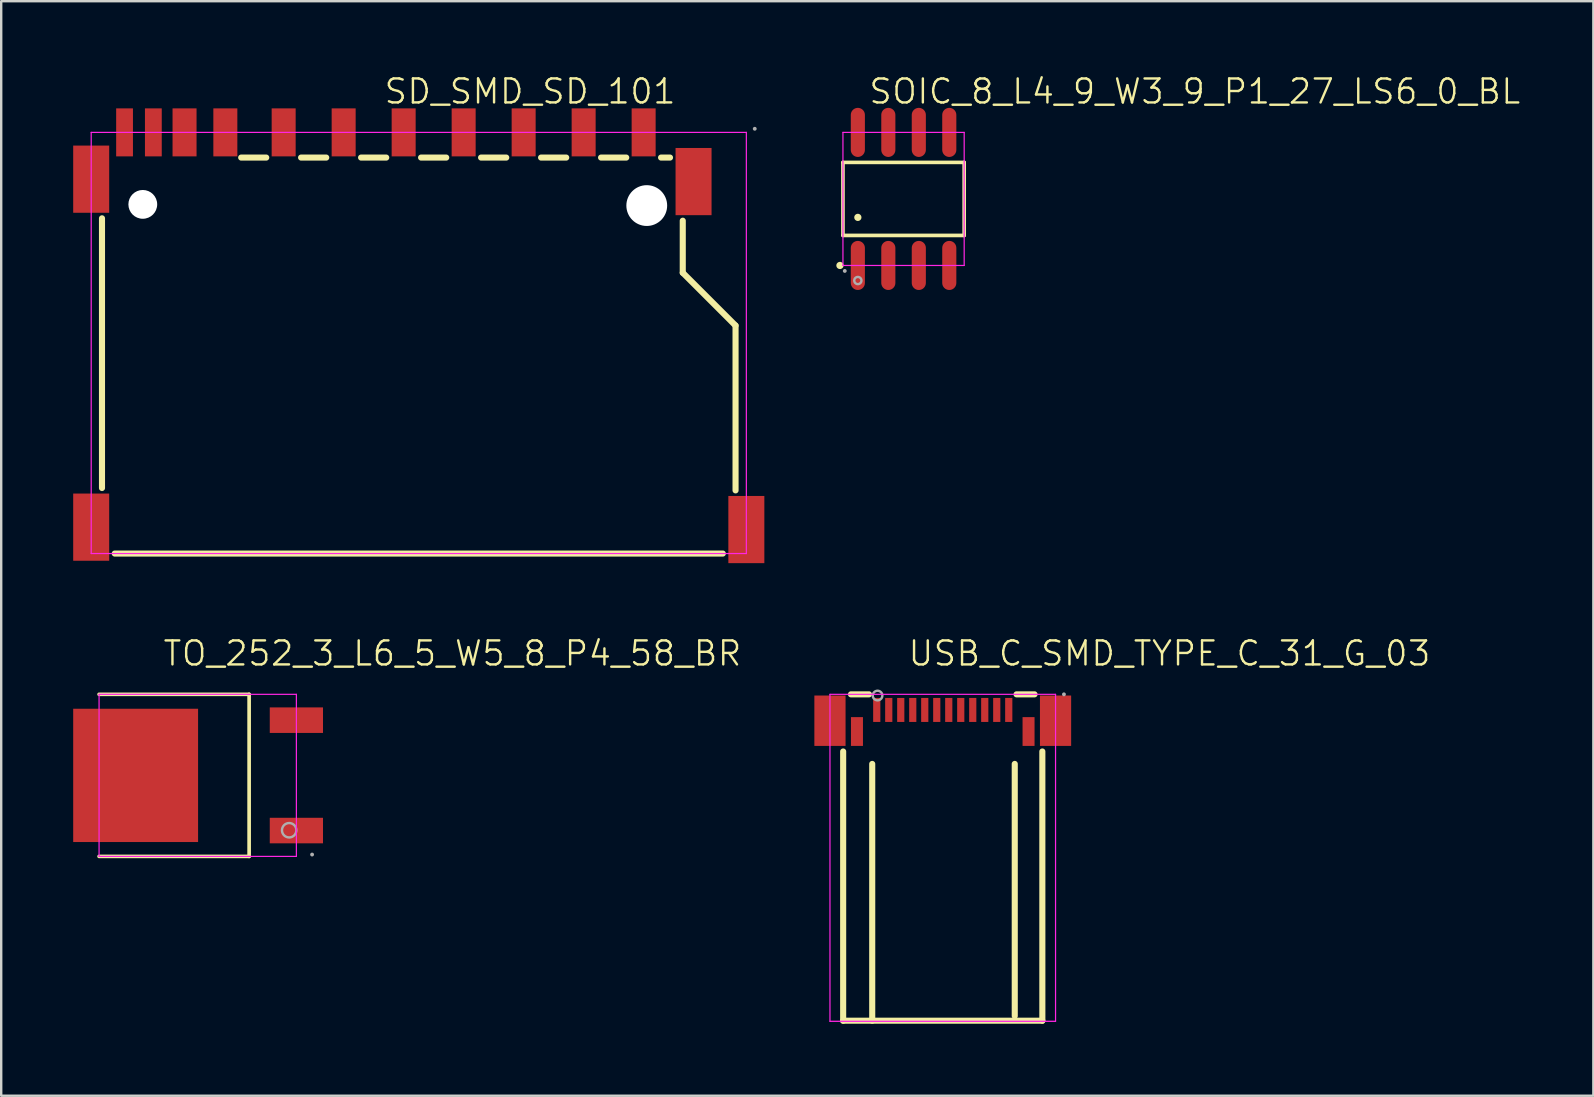
<source format=kicad_pcb>
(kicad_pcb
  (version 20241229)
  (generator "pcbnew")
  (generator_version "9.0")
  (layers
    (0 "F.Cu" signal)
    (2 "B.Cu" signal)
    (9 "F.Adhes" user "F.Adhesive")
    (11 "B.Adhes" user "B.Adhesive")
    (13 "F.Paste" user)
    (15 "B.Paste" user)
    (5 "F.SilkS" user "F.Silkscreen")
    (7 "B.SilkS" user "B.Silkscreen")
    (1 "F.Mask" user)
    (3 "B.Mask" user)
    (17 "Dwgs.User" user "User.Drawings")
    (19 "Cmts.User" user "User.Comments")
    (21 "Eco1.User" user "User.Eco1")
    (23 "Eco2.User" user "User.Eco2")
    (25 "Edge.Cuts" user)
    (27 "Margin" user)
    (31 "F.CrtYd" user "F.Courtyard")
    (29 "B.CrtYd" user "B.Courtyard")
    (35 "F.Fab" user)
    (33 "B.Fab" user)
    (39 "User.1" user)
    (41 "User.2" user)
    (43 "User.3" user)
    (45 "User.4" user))
  (footprint "SOIC_8_L4_9_W3_9_P1_27_LS6_0_BL"
    (layer "F.Cu")
    (at 34.601 5.239)
    (property "Reference" "SOIC_8_L4_9_W3_9_P1_27_LS6_0_BL" (at -1.5 -4.478 0) (layer "F.SilkS") (effects (font (size 1 1) (thickness 0.1)) (justify left)))
    (fp_line (start -2.526 -1.522) (end 2.526 -1.522) (stroke (width 0.152) (type solid)) (layer "F.SilkS"))
    (fp_line (start -2.526 1.522) (end -2.526 -1.522) (stroke (width 0.152) (type solid)) (layer "F.SilkS"))
    (fp_line (start 2.526 -1.522) (end 2.526 1.522) (stroke (width 0.152) (type solid)) (layer "F.SilkS"))
    (fp_line (start 2.526 1.522) (end -2.526 1.522) (stroke (width 0.152) (type solid)) (layer "F.SilkS"))
    (fp_poly (pts (xy -2.501 2.772) (xy -2.504 2.743) (xy -2.512 2.715) (xy -2.526 2.689) (xy -2.545 2.666) (xy -2.568 2.648) (xy -2.594 2.634) (xy -2.622 2.625) (xy -2.651 2.623) (xy -2.68 2.625) (xy -2.708 2.634) (xy -2.734 2.648) (xy -2.757 2.666) (xy -2.776 2.689) (xy -2.79 2.715) (xy -2.798 2.743) (xy -2.801 2.772) (xy -2.798 2.802) (xy -2.79 2.83) (xy -2.776 2.856) (xy -2.757 2.879) (xy -2.734 2.897) (xy -2.708 2.911) (xy -2.68 2.92) (xy -2.651 2.922) (xy -2.622 2.92) (xy -2.594 2.911) (xy -2.568 2.897) (xy -2.545 2.879) (xy -2.526 2.856) (xy -2.512 2.83) (xy -2.504 2.802)) (stroke (width 0) (type solid)) (fill yes) (layer "F.SilkS"))
    (fp_poly (pts (xy -1.755 0.769) (xy -1.758 0.74) (xy -1.766 0.712) (xy -1.78 0.686) (xy -1.799 0.663) (xy -1.822 0.645) (xy -1.848 0.631) (xy -1.876 0.622) (xy -1.905 0.62) (xy -1.934 0.622) (xy -1.962 0.631) (xy -1.988 0.645) (xy -2.011 0.663) (xy -2.03 0.686) (xy -2.044 0.712) (xy -2.052 0.74) (xy -2.055 0.769) (xy -2.052 0.799) (xy -2.044 0.827) (xy -2.03 0.853) (xy -2.011 0.876) (xy -1.988 0.894) (xy -1.962 0.908) (xy -1.934 0.917) (xy -1.905 0.919) (xy -1.876 0.917) (xy -1.848 0.908) (xy -1.822 0.894) (xy -1.799 0.876) (xy -1.78 0.853) (xy -1.766 0.827) (xy -1.758 0.799)) (stroke (width 0) (type solid)) (fill yes) (layer "F.SilkS"))
    (fp_line (start -2.526 -2.772) (end -2.526 2.772) (stroke (width 0.05) (type solid)) (layer "F.CrtYd"))
    (fp_line (start -2.526 2.772) (end 2.526 2.772) (stroke (width 0.05) (type solid)) (layer "F.CrtYd"))
    (fp_line (start 2.526 -2.772) (end -2.526 -2.772) (stroke (width 0.05) (type solid)) (layer "F.CrtYd"))
    (fp_line (start 2.526 2.772) (end 2.526 -2.772) (stroke (width 0.05) (type solid)) (layer "F.CrtYd"))
    (fp_poly (pts (xy -2.42 3.001) (xy -2.421 2.995) (xy -2.422 2.989) (xy -2.425 2.984) (xy -2.429 2.979) (xy -2.433 2.976) (xy -2.439 2.973) (xy -2.444 2.971) (xy -2.45 2.97) (xy -2.456 2.971) (xy -2.461 2.973) (xy -2.467 2.976) (xy -2.471 2.979) (xy -2.475 2.984) (xy -2.478 2.989) (xy -2.479 2.995) (xy -2.48 3.001) (xy -2.479 3.006) (xy -2.478 3.012) (xy -2.475 3.017) (xy -2.471 3.022) (xy -2.467 3.025) (xy -2.461 3.028) (xy -2.456 3.03) (xy -2.45 3.03) (xy -2.444 3.03) (xy -2.439 3.028) (xy -2.433 3.025) (xy -2.429 3.022) (xy -2.425 3.017) (xy -2.422 3.012) (xy -2.421 3.006)) (stroke (width 0.1) (type solid)) (fill no) (layer "F.Fab"))
    (fp_poly (pts (xy -1.755 3.401) (xy -1.758 3.371) (xy -1.766 3.343) (xy -1.78 3.317) (xy -1.799 3.294) (xy -1.822 3.276) (xy -1.848 3.262) (xy -1.876 3.253) (xy -1.905 3.251) (xy -1.934 3.253) (xy -1.962 3.262) (xy -1.988 3.276) (xy -2.011 3.294) (xy -2.03 3.317) (xy -2.044 3.343) (xy -2.052 3.371) (xy -2.055 3.401) (xy -2.052 3.43) (xy -2.044 3.458) (xy -2.03 3.484) (xy -2.011 3.507) (xy -1.988 3.525) (xy -1.962 3.539) (xy -1.934 3.548) (xy -1.905 3.55) (xy -1.876 3.548) (xy -1.848 3.539) (xy -1.822 3.525) (xy -1.799 3.507) (xy -1.78 3.484) (xy -1.766 3.458) (xy -1.758 3.43)) (stroke (width 0.1) (type solid)) (fill no) (layer "F.Fab"))
    (pad "1" smd oval (at -1.905 2.772) (size 0.588 2.045) (layers "F.Cu" "F.Mask" "F.Paste"))
    (pad "2" smd oval (at -0.635 2.772) (size 0.588 2.045) (layers "F.Cu" "F.Mask" "F.Paste"))
    (pad "3" smd oval (at 0.635 2.772) (size 0.588 2.045) (layers "F.Cu" "F.Mask" "F.Paste"))
    (pad "4" smd oval (at 1.905 2.772) (size 0.588 2.045) (layers "F.Cu" "F.Mask" "F.Paste"))
    (pad "5" smd oval (at 1.905 -2.772) (size 0.588 2.045) (layers "F.Cu" "F.Mask" "F.Paste"))
    (pad "6" smd oval (at 0.635 -2.772) (size 0.588 2.045) (layers "F.Cu" "F.Mask" "F.Paste"))
    (pad "7" smd oval (at -0.635 -2.772) (size 0.588 2.045) (layers "F.Cu" "F.Mask" "F.Paste"))
    (pad "8" smd oval (at -1.905 -2.772) (size 0.588 2.045) (layers "F.Cu" "F.Mask" "F.Paste")))
  (footprint "USB_C_SMD_TYPE_C_31_G_03"
    (layer "F.Cu")
    (at 36.234 32.695)
    (property "Reference" "USB_C_SMD_TYPE_C_31_G_03" (at -1.5 -8.518 0) (layer "F.SilkS") (effects (font (size 1 1) (thickness 0.1)) (justify left)))
    (fp_line (start -4.15 6.787) (end -4.15 -4.431) (stroke (width 0.254) (type solid)) (layer "F.SilkS"))
    (fp_line (start -4.15 6.787) (end 4.15 6.787) (stroke (width 0.254) (type solid)) (layer "F.SilkS"))
    (fp_line (start -3.824 -6.812) (end -3.075 -6.812) (stroke (width 0.254) (type solid)) (layer "F.SilkS"))
    (fp_line (start -2.939 6.787) (end -2.939 -3.913) (stroke (width 0.254) (type solid)) (layer "F.SilkS"))
    (fp_line (start 3 6.588) (end 3 -3.913) (stroke (width 0.254) (type solid)) (layer "F.SilkS"))
    (fp_line (start 3.075 -6.812) (end 3.824 -6.812) (stroke (width 0.254) (type solid)) (layer "F.SilkS"))
    (fp_line (start 4.15 6.787) (end 4.15 -4.431) (stroke (width 0.254) (type solid)) (layer "F.SilkS"))
    (fp_line (start -4.7 -6.812) (end -4.7 6.812) (stroke (width 0.05) (type solid)) (layer "F.CrtYd"))
    (fp_line (start -4.7 6.812) (end 4.7 6.812) (stroke (width 0.05) (type solid)) (layer "F.CrtYd"))
    (fp_line (start 4.7 -6.812) (end -4.7 -6.812) (stroke (width 0.05) (type solid)) (layer "F.CrtYd"))
    (fp_line (start 4.7 6.812) (end 4.7 -6.812) (stroke (width 0.05) (type solid)) (layer "F.CrtYd"))
    (fp_poly (pts (xy -2.517 -6.763) (xy -2.521 -6.802) (xy -2.532 -6.839) (xy -2.551 -6.874) (xy -2.576 -6.904) (xy -2.606 -6.929) (xy -2.64 -6.947) (xy -2.678 -6.959) (xy -2.717 -6.963) (xy -2.756 -6.959) (xy -2.794 -6.947) (xy -2.828 -6.929) (xy -2.858 -6.904) (xy -2.883 -6.874) (xy -2.902 -6.839) (xy -2.913 -6.802) (xy -2.917 -6.763) (xy -2.913 -6.723) (xy -2.902 -6.686) (xy -2.883 -6.651) (xy -2.858 -6.621) (xy -2.828 -6.596) (xy -2.794 -6.578) (xy -2.756 -6.566) (xy -2.717 -6.562) (xy -2.678 -6.566) (xy -2.64 -6.578) (xy -2.606 -6.596) (xy -2.576 -6.621) (xy -2.551 -6.651) (xy -2.532 -6.686) (xy -2.521 -6.723)) (stroke (width 0.1) (type solid)) (fill no) (layer "F.Fab"))
    (fp_poly (pts (xy 5.08 -6.812) (xy 5.079 -6.818) (xy 5.078 -6.824) (xy 5.075 -6.829) (xy 5.071 -6.834) (xy 5.067 -6.837) (xy 5.061 -6.84) (xy 5.056 -6.842) (xy 5.05 -6.843) (xy 5.044 -6.842) (xy 5.039 -6.84) (xy 5.033 -6.837) (xy 5.029 -6.834) (xy 5.025 -6.829) (xy 5.022 -6.824) (xy 5.021 -6.818) (xy 5.02 -6.812) (xy 5.021 -6.807) (xy 5.022 -6.801) (xy 5.025 -6.796) (xy 5.029 -6.791) (xy 5.033 -6.788) (xy 5.039 -6.785) (xy 5.044 -6.783) (xy 5.05 -6.782) (xy 5.056 -6.783) (xy 5.061 -6.785) (xy 5.067 -6.788) (xy 5.071 -6.791) (xy 5.075 -6.796) (xy 5.078 -6.801) (xy 5.079 -6.807)) (stroke (width 0.1) (type solid)) (fill no) (layer "F.Fab"))
    (pad "13" smd rect (at -3.575 -5.263) (size 0.5 1.2) (layers "F.Cu" "F.Mask" "F.Paste"))
    (pad "14" smd rect (at -4.7 -5.713) (size 1.3 2.1) (layers "F.Cu" "F.Mask" "F.Paste"))
    (pad "15" smd rect (at 4.7 -5.713) (size 1.3 2.1) (layers "F.Cu" "F.Mask" "F.Paste"))
    (pad "16" smd rect (at 3.575 -5.263) (size 0.5 1.2) (layers "F.Cu" "F.Mask" "F.Paste"))
    (pad "A1" smd rect (at 2.75 -6.162) (size 0.3 1) (layers "F.Cu" "F.Mask" "F.Paste"))
    (pad "A2" smd rect (at 2.25 -6.162) (size 0.3 1) (layers "F.Cu" "F.Mask" "F.Paste"))
    (pad "A3" smd rect (at 1.75 -6.162) (size 0.3 1) (layers "F.Cu" "F.Mask" "F.Paste"))
    (pad "A4" smd rect (at 1.25 -6.162) (size 0.3 1) (layers "F.Cu" "F.Mask" "F.Paste"))
    (pad "A5" smd rect (at -1.25 -6.162) (size 0.3 1) (layers "F.Cu" "F.Mask" "F.Paste"))
    (pad "A6" smd rect (at -1.75 -6.162) (size 0.3 1) (layers "F.Cu" "F.Mask" "F.Paste"))
    (pad "A7" smd rect (at -2.25 -6.162) (size 0.3 1) (layers "F.Cu" "F.Mask" "F.Paste"))
    (pad "A12" smd rect (at -2.75 -6.162) (size 0.3 1) (layers "F.Cu" "F.Mask" "F.Paste"))
    (pad "B9" smd rect (at -0.75 -6.162) (size 0.3 1) (layers "F.Cu" "F.Mask" "F.Paste"))
    (pad "B10" smd rect (at -0.25 -6.162) (size 0.3 1) (layers "F.Cu" "F.Mask" "F.Paste"))
    (pad "B11" smd rect (at 0.25 -6.162) (size 0.3 1) (layers "F.Cu" "F.Mask" "F.Paste"))
    (pad "B12" smd rect (at 0.75 -6.162) (size 0.3 1) (layers "F.Cu" "F.Mask" "F.Paste")))
  (footprint "SD_SMD_SD_101"
    (layer "F.Cu")
    (at 14.4 11.241)
    (property "Reference" "SD_SMD_SD_101" (at -1.5 -10.481 0) (layer "F.SilkS") (effects (font (size 1 1) (thickness 0.1)) (justify left)))
    (fp_line (start -13.2 6.044) (end -13.2 -5.194) (stroke (width 0.254) (type solid)) (layer "F.SilkS"))
    (fp_line (start -7.4 -7.725) (end -6.356 -7.725) (stroke (width 0.254) (type solid)) (layer "F.SilkS"))
    (fp_line (start -4.904 -7.725) (end -3.856 -7.725) (stroke (width 0.254) (type solid)) (layer "F.SilkS"))
    (fp_line (start -2.404 -7.725) (end -1.356 -7.725) (stroke (width 0.254) (type solid)) (layer "F.SilkS"))
    (fp_line (start 0.096 -7.725) (end 1.144 -7.725) (stroke (width 0.254) (type solid)) (layer "F.SilkS"))
    (fp_line (start 2.596 -7.725) (end 3.645 -7.725) (stroke (width 0.254) (type solid)) (layer "F.SilkS"))
    (fp_line (start 5.096 -7.725) (end 6.144 -7.725) (stroke (width 0.254) (type solid)) (layer "F.SilkS"))
    (fp_line (start 7.596 -7.725) (end 8.645 -7.725) (stroke (width 0.254) (type solid)) (layer "F.SilkS"))
    (fp_line (start 10.096 -7.725) (end 10.469 -7.725) (stroke (width 0.254) (type solid)) (layer "F.SilkS"))
    (fp_line (start 11 -2.925) (end 11 -5.094) (stroke (width 0.254) (type solid)) (layer "F.SilkS"))
    (fp_line (start 12.669 8.775) (end -12.669 8.775) (stroke (width 0.254) (type solid)) (layer "F.SilkS"))
    (fp_line (start 13.2 -0.725) (end 11 -2.925) (stroke (width 0.254) (type solid)) (layer "F.SilkS"))
    (fp_line (start 13.2 6.143) (end 13.2 -0.725) (stroke (width 0.254) (type solid)) (layer "F.SilkS"))
    (fp_line (start -13.65 -8.775) (end -13.65 8.775) (stroke (width 0.05) (type solid)) (layer "F.CrtYd"))
    (fp_line (start -13.65 8.775) (end 13.65 8.775) (stroke (width 0.05) (type solid)) (layer "F.CrtYd"))
    (fp_line (start 13.65 -8.775) (end -13.65 -8.775) (stroke (width 0.05) (type solid)) (layer "F.CrtYd"))
    (fp_line (start 13.65 8.775) (end 13.65 -8.775) (stroke (width 0.05) (type solid)) (layer "F.CrtYd"))
    (fp_poly (pts (xy -11.275 -5.775) (xy -11.279 -5.819) (xy -11.292 -5.861) (xy -11.313 -5.9) (xy -11.341 -5.934) (xy -11.375 -5.962) (xy -11.414 -5.983) (xy -11.456 -5.996) (xy -11.5 -6) (xy -11.544 -5.996) (xy -11.586 -5.983) (xy -11.625 -5.962) (xy -11.659 -5.934) (xy -11.687 -5.9) (xy -11.708 -5.861) (xy -11.721 -5.819) (xy -11.725 -5.775) (xy -11.721 -5.731) (xy -11.708 -5.689) (xy -11.687 -5.65) (xy -11.659 -5.616) (xy -11.625 -5.588) (xy -11.586 -5.567) (xy -11.544 -5.554) (xy -11.5 -5.55) (xy -11.456 -5.554) (xy -11.414 -5.567) (xy -11.375 -5.588) (xy -11.341 -5.616) (xy -11.313 -5.65) (xy -11.292 -5.689) (xy -11.279 -5.731)) (stroke (width 0.1) (type solid)) (fill no) (layer "F.Fab"))
    (fp_poly (pts (xy 9.875 -5.725) (xy 9.868 -5.798) (xy 9.846 -5.869) (xy 9.812 -5.933) (xy 9.765 -5.99) (xy 9.708 -6.037) (xy 9.644 -6.071) (xy 9.573 -6.093) (xy 9.5 -6.1) (xy 9.427 -6.093) (xy 9.356 -6.071) (xy 9.292 -6.037) (xy 9.235 -5.99) (xy 9.188 -5.933) (xy 9.154 -5.869) (xy 9.132 -5.798) (xy 9.125 -5.725) (xy 9.132 -5.652) (xy 9.154 -5.581) (xy 9.188 -5.517) (xy 9.235 -5.46) (xy 9.292 -5.413) (xy 9.356 -5.379) (xy 9.427 -5.357) (xy 9.5 -5.35) (xy 9.573 -5.357) (xy 9.644 -5.379) (xy 9.708 -5.413) (xy 9.765 -5.46) (xy 9.812 -5.517) (xy 9.846 -5.581) (xy 9.868 -5.652)) (stroke (width 0.1) (type solid)) (fill no) (layer "F.Fab"))
    (fp_poly (pts (xy 14.03 -8.925) (xy 14.029 -8.931) (xy 14.028 -8.936) (xy 14.025 -8.942) (xy 14.021 -8.946) (xy 14.017 -8.95) (xy 14.011 -8.953) (xy 14.006 -8.954) (xy 14 -8.955) (xy 13.994 -8.954) (xy 13.989 -8.953) (xy 13.983 -8.95) (xy 13.979 -8.946) (xy 13.975 -8.942) (xy 13.972 -8.936) (xy 13.971 -8.931) (xy 13.97 -8.925) (xy 13.971 -8.919) (xy 13.972 -8.914) (xy 13.975 -8.908) (xy 13.979 -8.904) (xy 13.983 -8.9) (xy 13.989 -8.897) (xy 13.994 -8.896) (xy 14 -8.895) (xy 14.006 -8.896) (xy 14.011 -8.897) (xy 14.017 -8.9) (xy 14.021 -8.904) (xy 14.025 -8.908) (xy 14.028 -8.914) (xy 14.029 -8.919)) (stroke (width 0.1) (type solid)) (fill no) (layer "F.Fab"))
    (pad "" np_thru_hole circle (at -11.5 -5.775) (size 1.2 1.2) (drill 1.2) (layers "*.Cu" "*.Mask"))
    (pad "" np_thru_hole circle (at 9.5 -5.725) (size 1.7 1.7) (drill 1.7) (layers "*.Cu" "*.Mask"))
    (pad "1" smd rect (at 6.87 -8.775) (size 1 2) (layers "F.Cu" "F.Mask" "F.Paste"))
    (pad "2" smd rect (at 4.37 -8.775) (size 1 2) (layers "F.Cu" "F.Mask" "F.Paste"))
    (pad "3" smd rect (at 1.87 -8.775) (size 1 2) (layers "F.Cu" "F.Mask" "F.Paste"))
    (pad "4" smd rect (at -0.63 -8.775) (size 1 2) (layers "F.Cu" "F.Mask" "F.Paste"))
    (pad "5" smd rect (at -3.13 -8.775) (size 1 2) (layers "F.Cu" "F.Mask" "F.Paste"))
    (pad "6" smd rect (at -5.63 -8.775) (size 1 2) (layers "F.Cu" "F.Mask" "F.Paste"))
    (pad "7" smd rect (at -8.06 -8.775) (size 1 2) (layers "F.Cu" "F.Mask" "F.Paste"))
    (pad "8" smd rect (at -9.76 -8.775) (size 1 2) (layers "F.Cu" "F.Mask" "F.Paste"))
    (pad "9" smd rect (at 9.37 -8.775) (size 1 2) (layers "F.Cu" "F.Mask" "F.Paste"))
    (pad "10" smd rect (at -11.06 -8.775) (size 0.7 2) (layers "F.Cu" "F.Mask" "F.Paste"))
    (pad "11" smd rect (at -12.26 -8.775) (size 0.7 2) (layers "F.Cu" "F.Mask" "F.Paste"))
    (pad "12" smd rect (at -13.65 -6.825) (size 1.5 2.8) (layers "F.Cu" "F.Mask" "F.Paste"))
    (pad "13" smd rect (at -13.65 7.675) (size 1.5 2.8) (layers "F.Cu" "F.Mask" "F.Paste"))
    (pad "14" smd rect (at 13.65 7.775) (size 1.5 2.8) (layers "F.Cu" "F.Mask" "F.Paste"))
    (pad "15" smd rect (at 11.45 -6.725) (size 1.5 2.8) (layers "F.Cu" "F.Mask" "F.Paste")))
  (footprint "TO_252_3_L6_5_W5_8_P4_58_BR"
    (layer "F.Cu")
    (at 5.189 29.259)
    (property "Reference" "TO_252_3_L6_5_W5_8_P4_58_BR" (at -1.5 -5.082 0) (layer "F.SilkS") (effects (font (size 1 1) (thickness 0.1)) (justify left)))
    (fp_line (start -4.111 -3.377) (end 2.142 -3.377) (stroke (width 0.152) (type solid)) (layer "F.SilkS"))
    (fp_line (start -4.111 3.377) (end 2.142 3.377) (stroke (width 0.152) (type solid)) (layer "F.SilkS"))
    (fp_line (start 2.142 3.377) (end 2.142 -3.377) (stroke (width 0.152) (type solid)) (layer "F.SilkS"))
    (fp_line (start -4.111 -3.377) (end -4.111 3.377) (stroke (width 0.05) (type solid)) (layer "F.CrtYd"))
    (fp_line (start -4.111 3.377) (end 4.111 3.377) (stroke (width 0.05) (type solid)) (layer "F.CrtYd"))
    (fp_line (start 4.111 -3.377) (end -4.111 -3.377) (stroke (width 0.05) (type solid)) (layer "F.CrtYd"))
    (fp_line (start 4.111 3.377) (end 4.111 -3.377) (stroke (width 0.05) (type solid)) (layer "F.CrtYd"))
    (fp_poly (pts (xy 4.111 2.287) (xy 4.105 2.228) (xy 4.088 2.172) (xy 4.06 2.12) (xy 4.023 2.074) (xy 3.977 2.037) (xy 3.925 2.009) (xy 3.869 1.992) (xy 3.811 1.986) (xy 3.752 1.992) (xy 3.696 2.009) (xy 3.644 2.037) (xy 3.598 2.074) (xy 3.561 2.12) (xy 3.533 2.172) (xy 3.516 2.228) (xy 3.51 2.287) (xy 3.516 2.345) (xy 3.533 2.401) (xy 3.561 2.453) (xy 3.598 2.499) (xy 3.644 2.536) (xy 3.696 2.564) (xy 3.752 2.581) (xy 3.811 2.587) (xy 3.869 2.581) (xy 3.925 2.564) (xy 3.977 2.536) (xy 4.023 2.499) (xy 4.06 2.453) (xy 4.088 2.401) (xy 4.105 2.345)) (stroke (width 0.1) (type solid)) (fill no) (layer "F.Fab"))
    (fp_poly (pts (xy 4.795 3.3) (xy 4.795 3.294) (xy 4.793 3.288) (xy 4.79 3.283) (xy 4.787 3.278) (xy 4.782 3.275) (xy 4.777 3.272) (xy 4.771 3.27) (xy 4.766 3.269) (xy 4.76 3.27) (xy 4.754 3.272) (xy 4.749 3.275) (xy 4.744 3.278) (xy 4.741 3.283) (xy 4.738 3.288) (xy 4.736 3.294) (xy 4.736 3.3) (xy 4.736 3.305) (xy 4.738 3.311) (xy 4.741 3.316) (xy 4.744 3.321) (xy 4.749 3.324) (xy 4.754 3.327) (xy 4.76 3.329) (xy 4.766 3.329) (xy 4.771 3.329) (xy 4.777 3.327) (xy 4.782 3.324) (xy 4.787 3.321) (xy 4.79 3.316) (xy 4.793 3.311) (xy 4.795 3.305)) (stroke (width 0.1) (type solid)) (fill no) (layer "F.Fab"))
    (pad "1" smd rect (at 4.111 2.3) (size 2.218 1.064) (layers "F.Cu" "F.Mask" "F.Paste"))
    (pad "2" smd rect (at -2.587 0.001) (size 5.204 5.554) (layers "F.Cu" "F.Mask" "F.Paste"))
    (pad "3" smd rect (at 4.111 -2.3) (size 2.218 1.064) (layers "F.Cu" "F.Mask" "F.Paste")))
  (gr_rect
    (start -3 -3)
    (end 63.344 42.609)
    (stroke (width 0.1) (type default))
    (fill no)
    (layer "Edge.Cuts")))
</source>
